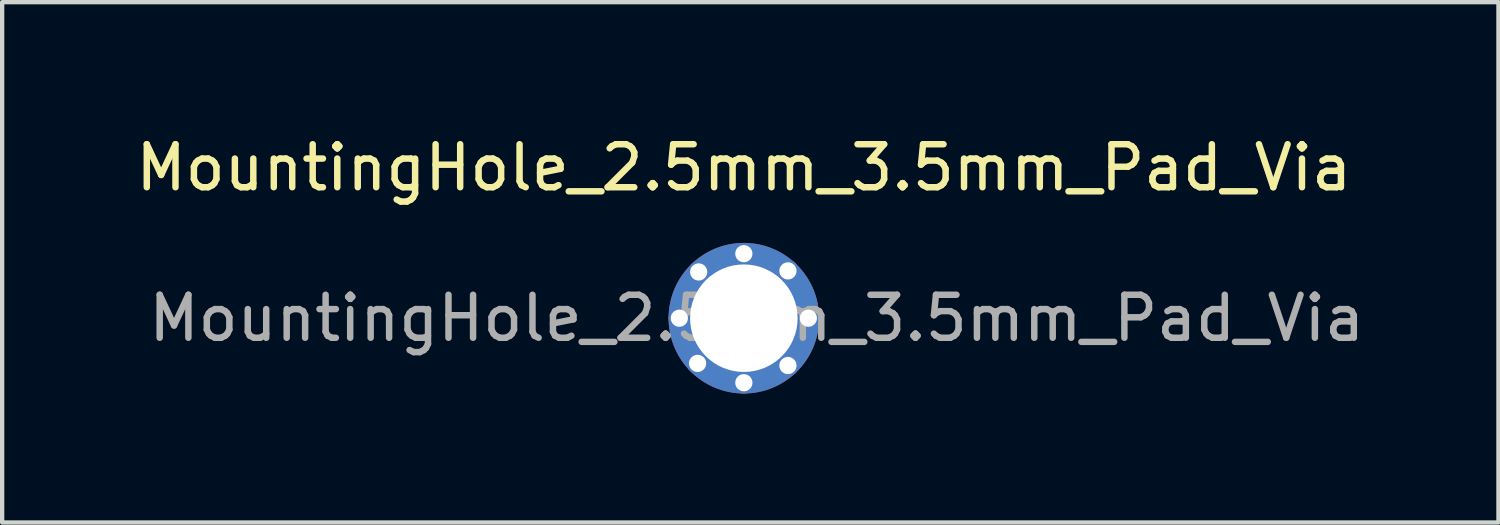
<source format=kicad_pcb>
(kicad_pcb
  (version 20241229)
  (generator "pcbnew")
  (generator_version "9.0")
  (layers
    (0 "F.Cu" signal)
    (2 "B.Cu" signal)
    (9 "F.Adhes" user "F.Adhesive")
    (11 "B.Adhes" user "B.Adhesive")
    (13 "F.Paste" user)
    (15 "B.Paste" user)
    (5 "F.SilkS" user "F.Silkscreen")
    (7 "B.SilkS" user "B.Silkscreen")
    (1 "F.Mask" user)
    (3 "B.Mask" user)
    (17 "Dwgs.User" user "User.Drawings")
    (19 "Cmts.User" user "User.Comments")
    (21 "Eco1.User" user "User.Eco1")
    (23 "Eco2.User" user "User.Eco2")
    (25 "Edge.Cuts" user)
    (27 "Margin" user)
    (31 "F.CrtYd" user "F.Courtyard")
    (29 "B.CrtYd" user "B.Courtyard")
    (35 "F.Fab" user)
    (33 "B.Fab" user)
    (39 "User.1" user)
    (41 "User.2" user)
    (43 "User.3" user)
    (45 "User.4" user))
  (footprint "MountingHole_2.5mm_3.5mm_Pad_Via"
    (layer "F.Cu")
    (at 14.244 4.348)
    (property "Reference" "MountingHole_2.5mm_3.5mm_Pad_Via" (at 0 -3.5 0) (layer "F.SilkS") (effects (font (size 1 1) (thickness 0.15))))
    (attr exclude_from_pos_files exclude_from_bom)
    (fp_text user "${REFERENCE}" (at 0.3 0 0) (layer "F.Fab") (effects (font (size 1 1) (thickness 0.15))))
    (pad "1" thru_hole circle (at -1.5 0) (size 0.5 0.5) (drill 0.4) (layers "*.Cu" "*.Mask"))
    (pad "1" thru_hole circle (at -1.075 1.05) (size 0.5 0.5) (drill 0.4) (layers "*.Cu" "*.Mask"))
    (pad "1" thru_hole circle (at -1.05 -1.075) (size 0.5 0.5) (drill 0.4) (layers "*.Cu" "*.Mask"))
    (pad "1" thru_hole circle (at 0 -1.5) (size 0.5 0.5) (drill 0.4) (layers "*.Cu" "*.Mask"))
    (pad "1" thru_hole circle (at 0 0) (size 3.5 3.5) (drill 2.5) (layers "*.Cu" "*.Mask"))
    (pad "1" thru_hole circle (at 0 1.5) (size 0.5 0.5) (drill 0.4) (layers "*.Cu" "*.Mask"))
    (pad "1" thru_hole circle (at 1.025 -1.1) (size 0.5 0.5) (drill 0.4) (layers "*.Cu" "*.Mask"))
    (pad "1" thru_hole circle (at 1.025 1.1) (size 0.5 0.5) (drill 0.4) (layers "*.Cu" "*.Mask"))
    (pad "1" thru_hole circle (at 1.5 0) (size 0.5 0.5) (drill 0.4) (layers "*.Cu" "*.Mask")))
  (gr_rect
    (start -3 -3)
    (end 31.788 9.098)
    (stroke (width 0.1) (type default))
    (fill no)
    (layer "Edge.Cuts")))
</source>
